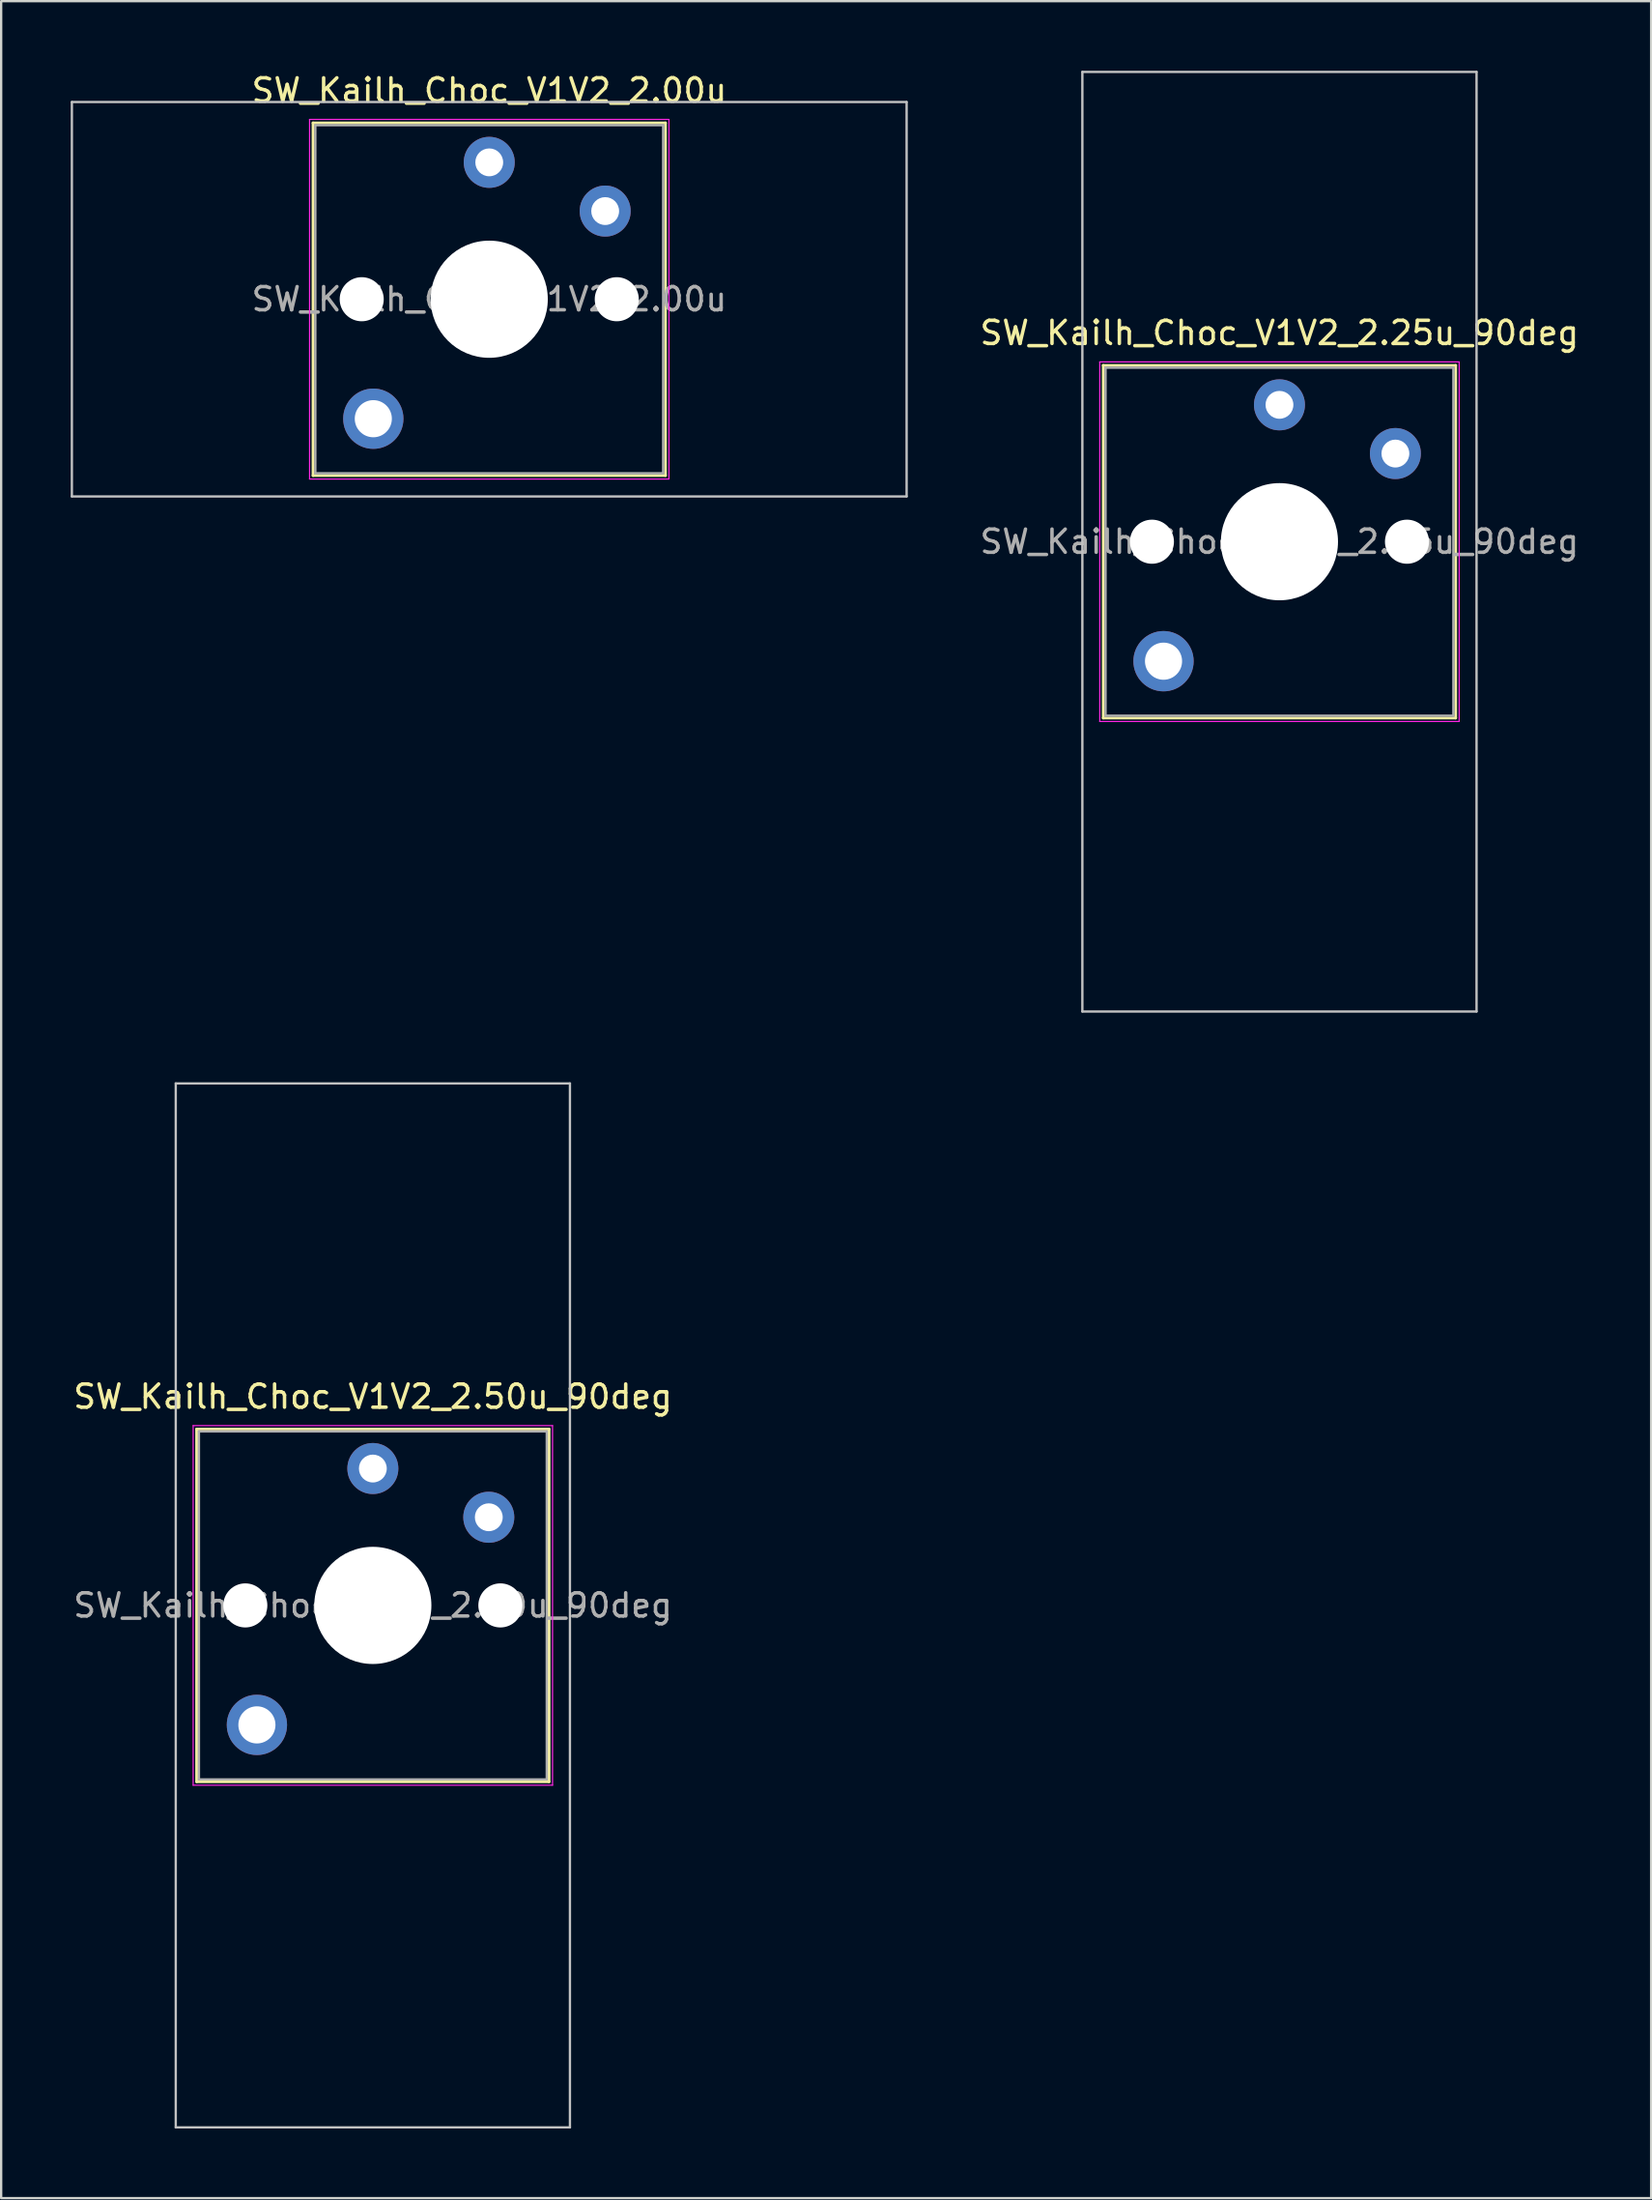
<source format=kicad_pcb>
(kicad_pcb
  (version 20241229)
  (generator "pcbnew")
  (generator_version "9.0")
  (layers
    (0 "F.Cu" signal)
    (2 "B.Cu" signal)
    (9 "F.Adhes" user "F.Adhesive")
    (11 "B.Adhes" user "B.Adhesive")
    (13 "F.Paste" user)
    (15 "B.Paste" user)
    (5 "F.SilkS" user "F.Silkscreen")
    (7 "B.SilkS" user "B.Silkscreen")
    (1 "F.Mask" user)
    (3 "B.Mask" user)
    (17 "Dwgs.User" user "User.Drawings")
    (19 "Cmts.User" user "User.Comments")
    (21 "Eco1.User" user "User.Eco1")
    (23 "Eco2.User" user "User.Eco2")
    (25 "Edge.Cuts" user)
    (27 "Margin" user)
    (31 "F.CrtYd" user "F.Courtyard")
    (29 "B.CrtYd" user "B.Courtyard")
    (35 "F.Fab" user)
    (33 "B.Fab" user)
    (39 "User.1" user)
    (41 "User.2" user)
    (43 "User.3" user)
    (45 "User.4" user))
  (footprint "SW_Kailh_Choc_V1V2_2.00u"
    (layer "F.Cu")
    (at 18.05 9.848)
    (property "Reference" "SW_Kailh_Choc_V1V2_2.00u" (at 0 -9 0) (layer "F.SilkS") (effects (font (size 1 1) (thickness 0.15))))
    (attr through_hole)
    (fp_line (start -7.6 -7.6) (end -7.6 7.6) (stroke (width 0.12) (type solid)) (layer "F.SilkS"))
    (fp_line (start -7.6 7.6) (end 7.6 7.6) (stroke (width 0.12) (type solid)) (layer "F.SilkS"))
    (fp_line (start 7.6 -7.6) (end -7.6 -7.6) (stroke (width 0.12) (type solid)) (layer "F.SilkS"))
    (fp_line (start 7.6 7.6) (end 7.6 -7.6) (stroke (width 0.12) (type solid)) (layer "F.SilkS"))
    (fp_line (start -18 -8.5) (end -18 8.5) (stroke (width 0.1) (type solid)) (layer "Dwgs.User"))
    (fp_line (start -18 8.5) (end 18 8.5) (stroke (width 0.1) (type solid)) (layer "Dwgs.User"))
    (fp_line (start 18 -8.5) (end -18 -8.5) (stroke (width 0.1) (type solid)) (layer "Dwgs.User"))
    (fp_line (start 18 8.5) (end 18 -8.5) (stroke (width 0.1) (type solid)) (layer "Dwgs.User"))
    (fp_line (start -7.25 -7.25) (end -7.25 7.25) (stroke (width 0.1) (type solid)) (layer "Eco1.User"))
    (fp_line (start -7.25 7.25) (end 7.25 7.25) (stroke (width 0.1) (type solid)) (layer "Eco1.User"))
    (fp_line (start 7.25 -7.25) (end -7.25 -7.25) (stroke (width 0.1) (type solid)) (layer "Eco1.User"))
    (fp_line (start 7.25 7.25) (end 7.25 -7.25) (stroke (width 0.1) (type solid)) (layer "Eco1.User"))
    (fp_line (start -7.75 -7.75) (end -7.75 7.75) (stroke (width 0.05) (type solid)) (layer "F.CrtYd"))
    (fp_line (start -7.75 7.75) (end 7.75 7.75) (stroke (width 0.05) (type solid)) (layer "F.CrtYd"))
    (fp_line (start 7.75 -7.75) (end -7.75 -7.75) (stroke (width 0.05) (type solid)) (layer "F.CrtYd"))
    (fp_line (start 7.75 7.75) (end 7.75 -7.75) (stroke (width 0.05) (type solid)) (layer "F.CrtYd"))
    (fp_line (start -7.5 -7.5) (end -7.5 7.5) (stroke (width 0.1) (type solid)) (layer "F.Fab"))
    (fp_line (start -7.5 7.5) (end 7.5 7.5) (stroke (width 0.1) (type solid)) (layer "F.Fab"))
    (fp_line (start 7.5 -7.5) (end -7.5 -7.5) (stroke (width 0.1) (type solid)) (layer "F.Fab"))
    (fp_line (start 7.5 7.5) (end 7.5 -7.5) (stroke (width 0.1) (type solid)) (layer "F.Fab"))
    (fp_text user "${REFERENCE}" (at 0 0 0) (layer "F.Fab") (effects (font (size 1 1) (thickness 0.15))))
    (pad "" np_thru_hole circle (at -5.5 0) (size 1.9 1.9) (drill 1.9) (layers "*.Cu" "*.Mask"))
    (pad "" smd circle (at -5 5.15) (size 1.65 1.65) (layers "F.Mask"))
    (pad "" thru_hole circle (at -5 5.15) (size 2.6 2.6) (drill 1.6) (layers "*.Cu" "B.Mask"))
    (pad "" smd circle (at 0 -5.9) (size 1.25 1.25) (layers "F.Mask"))
    (pad "" np_thru_hole circle (at 0 0) (size 5.05 5.05) (drill 5.05) (layers "*.Cu" "*.Mask"))
    (pad "" smd circle (at 5 -3.8) (size 1.25 1.25) (layers "F.Mask"))
    (pad "" np_thru_hole circle (at 5.5 0) (size 1.9 1.9) (drill 1.9) (layers "*.Cu" "*.Mask"))
    (pad "1" thru_hole circle (at 0 -5.9) (size 2.2 2.2) (drill 1.2) (layers "*.Cu" "B.Mask"))
    (pad "2" thru_hole circle (at 5 -3.8) (size 2.2 2.2) (drill 1.2) (layers "*.Cu" "B.Mask")))
  (footprint "SW_Kailh_Choc_V1V2_2.25u_90deg"
    (layer "F.Cu")
    (at 52.13 20.3)
    (property "Reference" "SW_Kailh_Choc_V1V2_2.25u_90deg" (at 0 -9 0) (layer "F.SilkS") (effects (font (size 1 1) (thickness 0.15))))
    (attr through_hole)
    (fp_line (start -7.6 -7.6) (end -7.6 7.6) (stroke (width 0.12) (type solid)) (layer "F.SilkS"))
    (fp_line (start -7.6 7.6) (end 7.6 7.6) (stroke (width 0.12) (type solid)) (layer "F.SilkS"))
    (fp_line (start 7.6 -7.6) (end -7.6 -7.6) (stroke (width 0.12) (type solid)) (layer "F.SilkS"))
    (fp_line (start 7.6 7.6) (end 7.6 -7.6) (stroke (width 0.12) (type solid)) (layer "F.SilkS"))
    (fp_line (start -8.5 -20.25) (end 8.5 -20.25) (stroke (width 0.1) (type solid)) (layer "Dwgs.User"))
    (fp_line (start -8.5 20.25) (end -8.5 -20.25) (stroke (width 0.1) (type solid)) (layer "Dwgs.User"))
    (fp_line (start 8.5 -20.25) (end 8.5 20.25) (stroke (width 0.1) (type solid)) (layer "Dwgs.User"))
    (fp_line (start 8.5 20.25) (end -8.5 20.25) (stroke (width 0.1) (type solid)) (layer "Dwgs.User"))
    (fp_line (start -7.25 -7.25) (end -7.25 7.25) (stroke (width 0.1) (type solid)) (layer "Eco1.User"))
    (fp_line (start -7.25 7.25) (end 7.25 7.25) (stroke (width 0.1) (type solid)) (layer "Eco1.User"))
    (fp_line (start 7.25 -7.25) (end -7.25 -7.25) (stroke (width 0.1) (type solid)) (layer "Eco1.User"))
    (fp_line (start 7.25 7.25) (end 7.25 -7.25) (stroke (width 0.1) (type solid)) (layer "Eco1.User"))
    (fp_line (start -7.75 -7.75) (end -7.75 7.75) (stroke (width 0.05) (type solid)) (layer "F.CrtYd"))
    (fp_line (start -7.75 7.75) (end 7.75 7.75) (stroke (width 0.05) (type solid)) (layer "F.CrtYd"))
    (fp_line (start 7.75 -7.75) (end -7.75 -7.75) (stroke (width 0.05) (type solid)) (layer "F.CrtYd"))
    (fp_line (start 7.75 7.75) (end 7.75 -7.75) (stroke (width 0.05) (type solid)) (layer "F.CrtYd"))
    (fp_line (start -7.5 -7.5) (end -7.5 7.5) (stroke (width 0.1) (type solid)) (layer "F.Fab"))
    (fp_line (start -7.5 7.5) (end 7.5 7.5) (stroke (width 0.1) (type solid)) (layer "F.Fab"))
    (fp_line (start 7.5 -7.5) (end -7.5 -7.5) (stroke (width 0.1) (type solid)) (layer "F.Fab"))
    (fp_line (start 7.5 7.5) (end 7.5 -7.5) (stroke (width 0.1) (type solid)) (layer "F.Fab"))
    (fp_text user "${REFERENCE}" (at 0 0 0) (layer "F.Fab") (effects (font (size 1 1) (thickness 0.15))))
    (pad "" np_thru_hole circle (at -5.5 0) (size 1.9 1.9) (drill 1.9) (layers "*.Cu" "*.Mask"))
    (pad "" smd circle (at -5 5.15) (size 1.65 1.65) (layers "F.Mask"))
    (pad "" thru_hole circle (at -5 5.15) (size 2.6 2.6) (drill 1.6) (layers "*.Cu" "B.Mask"))
    (pad "" smd circle (at 0 -5.9) (size 1.25 1.25) (layers "F.Mask"))
    (pad "" np_thru_hole circle (at 0 0) (size 5.05 5.05) (drill 5.05) (layers "*.Cu" "*.Mask"))
    (pad "" smd circle (at 5 -3.8) (size 1.25 1.25) (layers "F.Mask"))
    (pad "" np_thru_hole circle (at 5.5 0) (size 1.9 1.9) (drill 1.9) (layers "*.Cu" "*.Mask"))
    (pad "1" thru_hole circle (at 0 -5.9) (size 2.2 2.2) (drill 1.2) (layers "*.Cu" "B.Mask"))
    (pad "2" thru_hole circle (at 5 -3.8) (size 2.2 2.2) (drill 1.2) (layers "*.Cu" "B.Mask")))
  (footprint "SW_Kailh_Choc_V1V2_2.50u_90deg"
    (layer "F.Cu")
    (at 13.03 66.15)
    (property "Reference" "SW_Kailh_Choc_V1V2_2.50u_90deg" (at 0 -9 0) (layer "F.SilkS") (effects (font (size 1 1) (thickness 0.15))))
    (attr through_hole)
    (fp_line (start -7.6 -7.6) (end -7.6 7.6) (stroke (width 0.12) (type solid)) (layer "F.SilkS"))
    (fp_line (start -7.6 7.6) (end 7.6 7.6) (stroke (width 0.12) (type solid)) (layer "F.SilkS"))
    (fp_line (start 7.6 -7.6) (end -7.6 -7.6) (stroke (width 0.12) (type solid)) (layer "F.SilkS"))
    (fp_line (start 7.6 7.6) (end 7.6 -7.6) (stroke (width 0.12) (type solid)) (layer "F.SilkS"))
    (fp_line (start -8.5 -22.5) (end 8.5 -22.5) (stroke (width 0.1) (type solid)) (layer "Dwgs.User"))
    (fp_line (start -8.5 22.5) (end -8.5 -22.5) (stroke (width 0.1) (type solid)) (layer "Dwgs.User"))
    (fp_line (start 8.5 -22.5) (end 8.5 22.5) (stroke (width 0.1) (type solid)) (layer "Dwgs.User"))
    (fp_line (start 8.5 22.5) (end -8.5 22.5) (stroke (width 0.1) (type solid)) (layer "Dwgs.User"))
    (fp_line (start -7.25 -7.25) (end -7.25 7.25) (stroke (width 0.1) (type solid)) (layer "Eco1.User"))
    (fp_line (start -7.25 7.25) (end 7.25 7.25) (stroke (width 0.1) (type solid)) (layer "Eco1.User"))
    (fp_line (start 7.25 -7.25) (end -7.25 -7.25) (stroke (width 0.1) (type solid)) (layer "Eco1.User"))
    (fp_line (start 7.25 7.25) (end 7.25 -7.25) (stroke (width 0.1) (type solid)) (layer "Eco1.User"))
    (fp_line (start -7.75 -7.75) (end -7.75 7.75) (stroke (width 0.05) (type solid)) (layer "F.CrtYd"))
    (fp_line (start -7.75 7.75) (end 7.75 7.75) (stroke (width 0.05) (type solid)) (layer "F.CrtYd"))
    (fp_line (start 7.75 -7.75) (end -7.75 -7.75) (stroke (width 0.05) (type solid)) (layer "F.CrtYd"))
    (fp_line (start 7.75 7.75) (end 7.75 -7.75) (stroke (width 0.05) (type solid)) (layer "F.CrtYd"))
    (fp_line (start -7.5 -7.5) (end -7.5 7.5) (stroke (width 0.1) (type solid)) (layer "F.Fab"))
    (fp_line (start -7.5 7.5) (end 7.5 7.5) (stroke (width 0.1) (type solid)) (layer "F.Fab"))
    (fp_line (start 7.5 -7.5) (end -7.5 -7.5) (stroke (width 0.1) (type solid)) (layer "F.Fab"))
    (fp_line (start 7.5 7.5) (end 7.5 -7.5) (stroke (width 0.1) (type solid)) (layer "F.Fab"))
    (fp_text user "${REFERENCE}" (at 0 0 0) (layer "F.Fab") (effects (font (size 1 1) (thickness 0.15))))
    (pad "" np_thru_hole circle (at -5.5 0) (size 1.9 1.9) (drill 1.9) (layers "*.Cu" "*.Mask"))
    (pad "" smd circle (at -5 5.15) (size 1.65 1.65) (layers "F.Mask"))
    (pad "" thru_hole circle (at -5 5.15) (size 2.6 2.6) (drill 1.6) (layers "*.Cu" "B.Mask"))
    (pad "" smd circle (at 0 -5.9) (size 1.25 1.25) (layers "F.Mask"))
    (pad "" np_thru_hole circle (at 0 0) (size 5.05 5.05) (drill 5.05) (layers "*.Cu" "*.Mask"))
    (pad "" smd circle (at 5 -3.8) (size 1.25 1.25) (layers "F.Mask"))
    (pad "" np_thru_hole circle (at 5.5 0) (size 1.9 1.9) (drill 1.9) (layers "*.Cu" "*.Mask"))
    (pad "1" thru_hole circle (at 0 -5.9) (size 2.2 2.2) (drill 1.2) (layers "*.Cu" "B.Mask"))
    (pad "2" thru_hole circle (at 5 -3.8) (size 2.2 2.2) (drill 1.2) (layers "*.Cu" "B.Mask")))
  (gr_rect
    (start -3 -3)
    (end 68.16 91.7)
    (stroke (width 0.1) (type default))
    (fill no)
    (layer "Edge.Cuts")))
</source>
